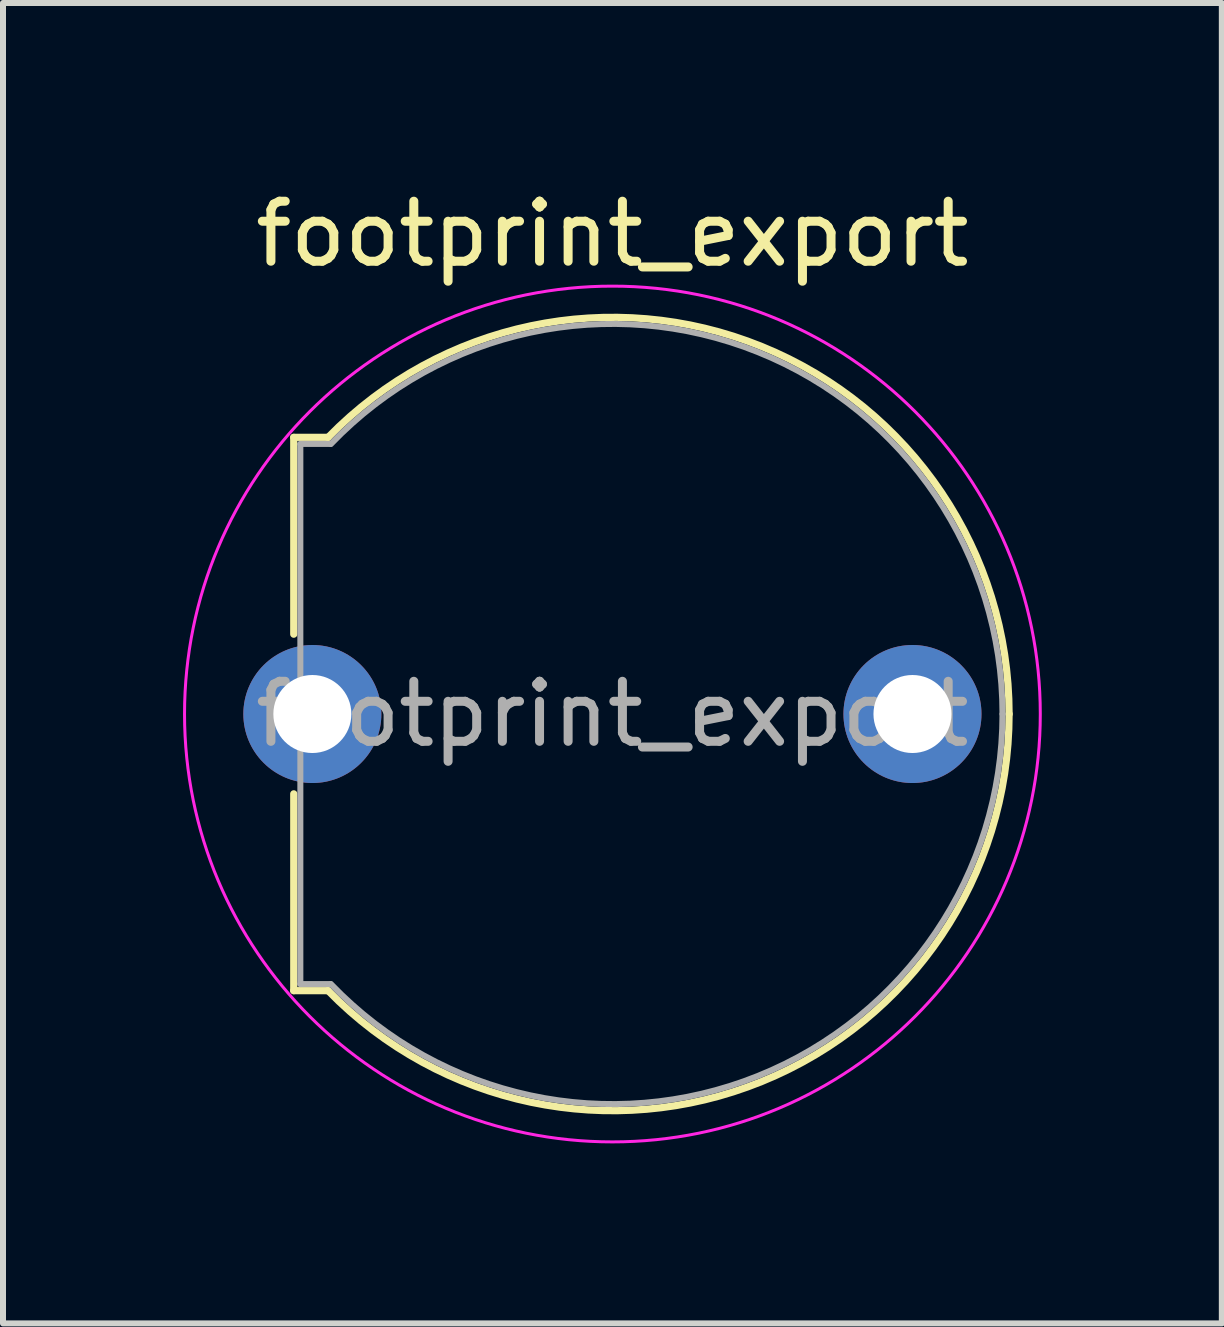
<source format=kicad_pcb>
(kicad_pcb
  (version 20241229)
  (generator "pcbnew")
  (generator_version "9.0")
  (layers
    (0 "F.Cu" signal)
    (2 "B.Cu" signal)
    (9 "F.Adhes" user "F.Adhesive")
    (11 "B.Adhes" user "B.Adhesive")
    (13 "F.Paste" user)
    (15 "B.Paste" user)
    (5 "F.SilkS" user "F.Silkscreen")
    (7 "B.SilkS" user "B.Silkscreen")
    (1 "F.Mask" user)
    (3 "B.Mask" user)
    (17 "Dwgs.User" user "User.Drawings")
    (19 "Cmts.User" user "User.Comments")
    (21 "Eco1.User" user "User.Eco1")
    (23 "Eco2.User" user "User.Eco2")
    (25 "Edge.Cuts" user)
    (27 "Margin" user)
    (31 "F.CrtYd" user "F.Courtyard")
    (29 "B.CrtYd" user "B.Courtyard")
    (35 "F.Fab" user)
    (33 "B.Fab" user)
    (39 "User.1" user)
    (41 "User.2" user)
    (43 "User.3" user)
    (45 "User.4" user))
  (footprint "footprint_export"
    (layer "F.Cu")
    (at 2.155 8.848)
    (property "Reference" "footprint_export" (at 5 -8 0) (layer "F.SilkS") (effects (font (size 1 1) (thickness 0.15))))
    (attr through_hole)
    (fp_line (start -0.31 -4.61) (end -0.31 -1.33) (stroke (width 0.12) (type solid)) (layer "F.SilkS"))
    (fp_line (start -0.31 1.33) (end -0.31 4.61) (stroke (width 0.12) (type solid)) (layer "F.SilkS"))
    (fp_line (start 0.26 -4.61) (end -0.31 -4.61) (stroke (width 0.12) (type solid)) (layer "F.SilkS"))
    (fp_line (start 0.26 4.61) (end -0.31 4.61) (stroke (width 0.12) (type solid)) (layer "F.SilkS"))
    (fp_arc (start 0.261221 -4.608261) (mid 7.486842 -6.124354) (end 11.61 0) (stroke (width 0.12) (type solid)) (layer "F.SilkS"))
    (fp_arc (start 11.61 0) (mid 7.486842 6.124354) (end 0.261221 4.608261) (stroke (width 0.12) (type solid)) (layer "F.SilkS"))
    (fp_circle (center 5 0) (end 12.13 0) (stroke (width 0.05) (type solid)) (fill no) (layer "F.CrtYd"))
    (fp_line (start -0.2 -4.5) (end -0.2 4.5) (stroke (width 0.1) (type solid)) (layer "F.Fab"))
    (fp_line (start 0.3 -4.5) (end -0.2 -4.5) (stroke (width 0.1) (type solid)) (layer "F.Fab"))
    (fp_line (start 0.3 4.5) (end -0.2 4.5) (stroke (width 0.1) (type solid)) (layer "F.Fab"))
    (fp_arc (start 0.308559 -4.498931) (mid 7.424421 -6.030935) (end 11.5 0) (stroke (width 0.1) (type solid)) (layer "F.Fab"))
    (fp_arc (start 11.5 0) (mid 7.424421 6.030936) (end 0.308559 4.498931) (stroke (width 0.1) (type solid)) (layer "F.Fab"))
    (fp_text user "${REFERENCE}" (at 5 0 0) (layer "F.Fab") (effects (font (size 1 1) (thickness 0.15))))
    (pad "1" thru_hole circle (at 0 0) (size 2.3 2.3) (drill 1.3) (layers "*.Cu" "*.Mask"))
    (pad "2" thru_hole circle (at 10 0) (size 2.3 2.3) (drill 1.3) (layers "*.Cu" "*.Mask")))
  (gr_rect
    (start -3 -3)
    (end 17.31 19.003)
    (stroke (width 0.1) (type default))
    (fill no)
    (layer "Edge.Cuts")))
</source>
